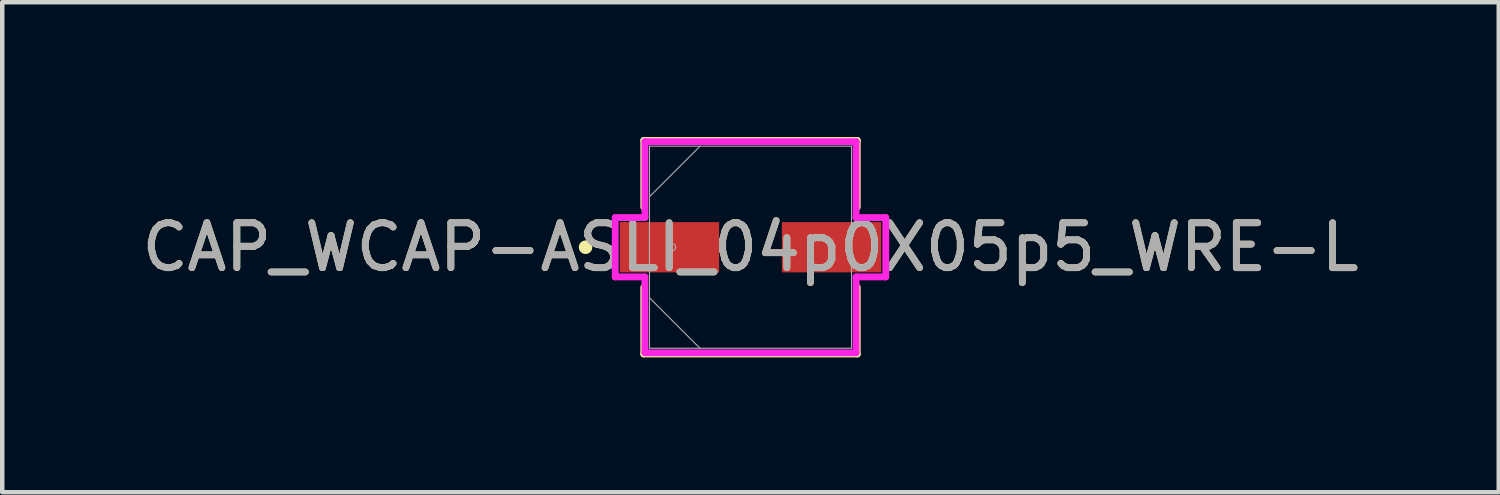
<source format=kicad_pcb>
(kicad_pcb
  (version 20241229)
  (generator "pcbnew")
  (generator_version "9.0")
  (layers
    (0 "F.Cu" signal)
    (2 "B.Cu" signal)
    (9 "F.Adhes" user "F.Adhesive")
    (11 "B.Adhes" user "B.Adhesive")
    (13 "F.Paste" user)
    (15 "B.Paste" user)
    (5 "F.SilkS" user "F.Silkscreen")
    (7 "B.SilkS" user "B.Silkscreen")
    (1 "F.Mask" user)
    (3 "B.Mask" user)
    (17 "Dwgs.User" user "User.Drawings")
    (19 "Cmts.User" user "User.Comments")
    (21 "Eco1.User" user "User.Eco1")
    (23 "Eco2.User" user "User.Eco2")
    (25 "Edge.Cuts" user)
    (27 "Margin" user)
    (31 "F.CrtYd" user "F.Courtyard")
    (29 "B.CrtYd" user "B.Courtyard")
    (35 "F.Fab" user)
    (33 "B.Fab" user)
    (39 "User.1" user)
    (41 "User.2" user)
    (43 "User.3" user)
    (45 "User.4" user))
  (footprint "CAP_WCAP-ASLI_04p0X05p5_WRE-L"
    (layer "F.Cu")
    (at 13.649 2.451)
    (property "Reference" "CAP_WCAP-ASLI_04p0X05p5_WRE-L" (at 0 0 0) (unlocked yes) (layer "F.SilkS") (effects (font (size 1 1) (thickness 0.15))))
    (attr smd)
    (fp_line (start -2.375 -2.375) (end -2.375 -0.892) (stroke (width 0.152) (type solid)) (layer "F.SilkS"))
    (fp_line (start -2.375 0.892) (end -2.375 2.375) (stroke (width 0.152) (type solid)) (layer "F.SilkS"))
    (fp_line (start -2.375 2.375) (end 2.375 2.375) (stroke (width 0.152) (type solid)) (layer "F.SilkS"))
    (fp_line (start 2.375 -2.375) (end -2.375 -2.375) (stroke (width 0.152) (type solid)) (layer "F.SilkS"))
    (fp_line (start 2.375 -0.892) (end 2.375 -2.375) (stroke (width 0.152) (type solid)) (layer "F.SilkS"))
    (fp_line (start 2.375 2.375) (end 2.375 0.892) (stroke (width 0.152) (type solid)) (layer "F.SilkS"))
    (fp_circle (center -3.67 0) (end -3.594 0) (stroke (width 0.152) (type solid)) (fill no) (layer "F.SilkS"))
    (fp_line (start -3.01 -0.66) (end -2.349 -0.66) (stroke (width 0.152) (type solid)) (layer "F.CrtYd"))
    (fp_line (start -3.01 0.66) (end -3.01 -0.66) (stroke (width 0.152) (type solid)) (layer "F.CrtYd"))
    (fp_line (start -2.349 -2.349) (end 2.349 -2.349) (stroke (width 0.152) (type solid)) (layer "F.CrtYd"))
    (fp_line (start -2.349 -0.66) (end -2.349 -2.349) (stroke (width 0.152) (type solid)) (layer "F.CrtYd"))
    (fp_line (start -2.349 0.66) (end -3.01 0.66) (stroke (width 0.152) (type solid)) (layer "F.CrtYd"))
    (fp_line (start -2.349 2.349) (end -2.349 0.66) (stroke (width 0.152) (type solid)) (layer "F.CrtYd"))
    (fp_line (start 2.349 -2.349) (end 2.349 -0.66) (stroke (width 0.152) (type solid)) (layer "F.CrtYd"))
    (fp_line (start 2.349 -0.66) (end 3.01 -0.66) (stroke (width 0.152) (type solid)) (layer "F.CrtYd"))
    (fp_line (start 2.349 0.66) (end 2.349 2.349) (stroke (width 0.152) (type solid)) (layer "F.CrtYd"))
    (fp_line (start 2.349 2.349) (end -2.349 2.349) (stroke (width 0.152) (type solid)) (layer "F.CrtYd"))
    (fp_line (start 3.01 -0.66) (end 3.01 0.66) (stroke (width 0.152) (type solid)) (layer "F.CrtYd"))
    (fp_line (start 3.01 0.66) (end 2.349 0.66) (stroke (width 0.152) (type solid)) (layer "F.CrtYd"))
    (fp_line (start -2.248 -2.248) (end -2.248 2.248) (stroke (width 0.025) (type solid)) (layer "F.Fab"))
    (fp_line (start -2.248 -1.124) (end -1.124 -2.248) (stroke (width 0.025) (type solid)) (layer "F.Fab"))
    (fp_line (start -2.248 1.124) (end -1.124 2.248) (stroke (width 0.025) (type solid)) (layer "F.Fab"))
    (fp_line (start -2.248 2.248) (end 2.248 2.248) (stroke (width 0.025) (type solid)) (layer "F.Fab"))
    (fp_line (start 2.248 -2.248) (end -2.248 -2.248) (stroke (width 0.025) (type solid)) (layer "F.Fab"))
    (fp_line (start 2.248 2.248) (end 2.248 -2.248) (stroke (width 0.025) (type solid)) (layer "F.Fab"))
    (fp_circle (center -1.74 0) (end -1.664 0) (stroke (width 0.025) (type solid)) (fill no) (layer "F.Fab"))
    (fp_text user "${REFERENCE}" (at 0 0 0) (unlocked yes) (layer "F.Fab") (effects (font (size 1 1) (thickness 0.15))))
    (pad "1" smd rect (at -1.803 0) (size 2.21 1.118) (layers "F.Cu" "F.Mask" "F.Paste"))
    (pad "2" smd rect (at 1.803 0) (size 2.21 1.118) (layers "F.Cu" "F.Mask" "F.Paste"))
    (zone (net_name "") (layer "F.Cu") (hatch full 0.508) (connect_pads) (min_thickness 0.254) (filled_areas_thickness no) (keepout (tracks not_allowed) (vias not_allowed) (pads allowed) (copperpour not_allowed) (footprints allowed)) (placement (enabled no)) (fill) (polygon (pts (xy 11.452 0.254) (xy 15.846 0.254) (xy 15.846 1.841) (xy 11.452 1.841))))
    (zone (net_name "") (layer "F.Cu") (hatch full 0.508) (connect_pads) (min_thickness 0.254) (filled_areas_thickness no) (keepout (tracks not_allowed) (vias not_allowed) (pads allowed) (copperpour not_allowed) (footprints allowed)) (placement (enabled no)) (fill) (polygon (pts (xy 11.452 3.061) (xy 15.846 3.061) (xy 15.846 4.648) (xy 11.452 4.648))))
    (zone (net_name "") (layer "F.Cu") (hatch full 0.508) (connect_pads) (min_thickness 0.254) (filled_areas_thickness no) (keepout (tracks not_allowed) (vias not_allowed) (pads allowed) (copperpour not_allowed) (footprints allowed)) (placement (enabled no)) (fill) (polygon (pts (xy 13.001 1.841) (xy 14.297 1.841) (xy 14.297 3.061) (xy 13.001 3.061)))))
  (gr_rect
    (start -3 -3)
    (end 30.298 7.902)
    (stroke (width 0.1) (type default))
    (fill no)
    (layer "Edge.Cuts")))
</source>
